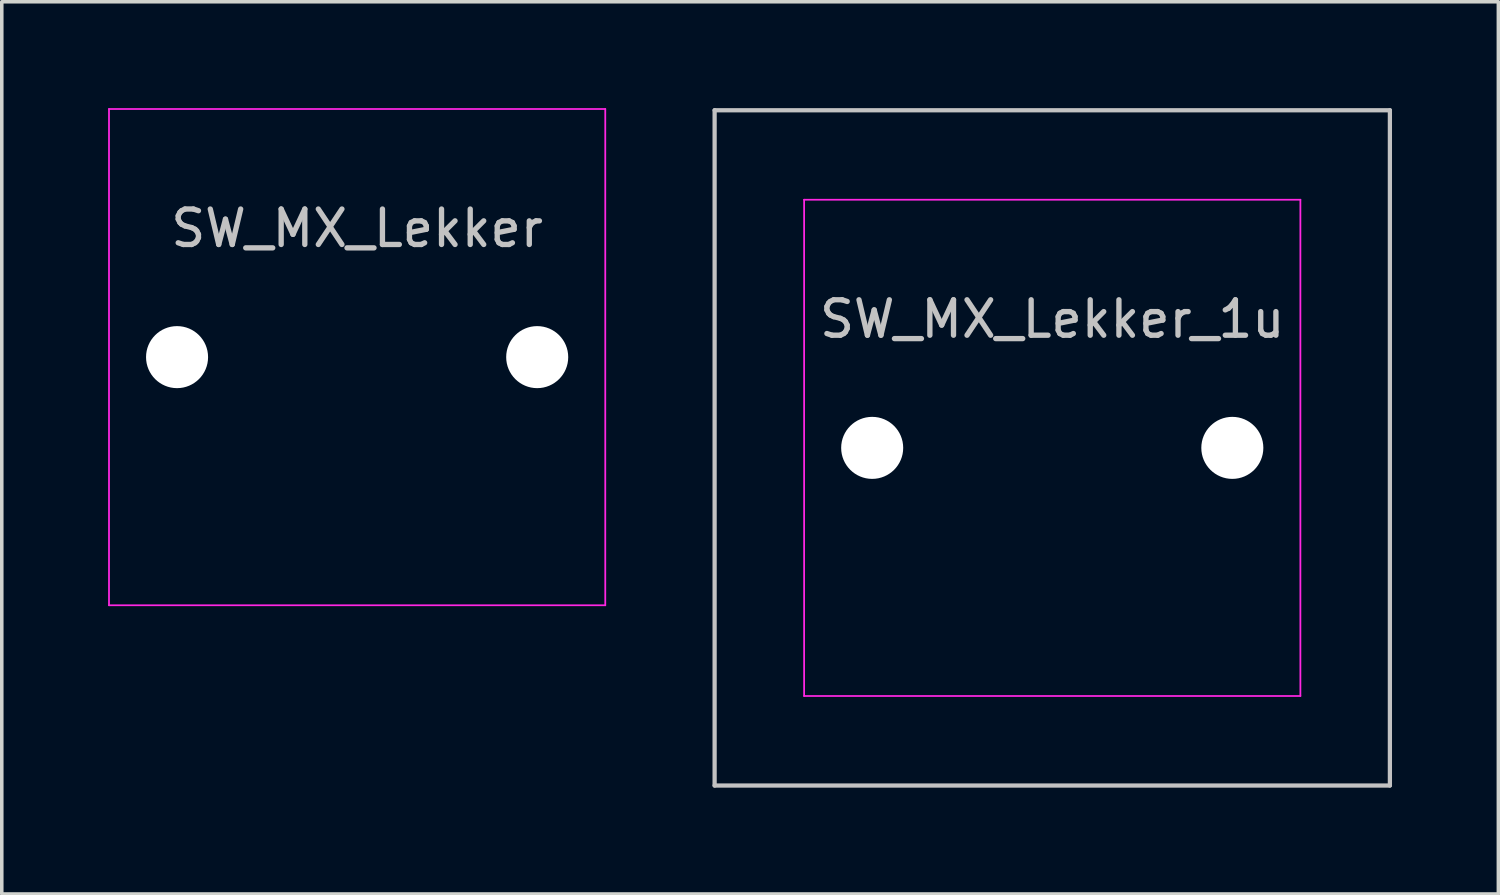
<source format=kicad_pcb>
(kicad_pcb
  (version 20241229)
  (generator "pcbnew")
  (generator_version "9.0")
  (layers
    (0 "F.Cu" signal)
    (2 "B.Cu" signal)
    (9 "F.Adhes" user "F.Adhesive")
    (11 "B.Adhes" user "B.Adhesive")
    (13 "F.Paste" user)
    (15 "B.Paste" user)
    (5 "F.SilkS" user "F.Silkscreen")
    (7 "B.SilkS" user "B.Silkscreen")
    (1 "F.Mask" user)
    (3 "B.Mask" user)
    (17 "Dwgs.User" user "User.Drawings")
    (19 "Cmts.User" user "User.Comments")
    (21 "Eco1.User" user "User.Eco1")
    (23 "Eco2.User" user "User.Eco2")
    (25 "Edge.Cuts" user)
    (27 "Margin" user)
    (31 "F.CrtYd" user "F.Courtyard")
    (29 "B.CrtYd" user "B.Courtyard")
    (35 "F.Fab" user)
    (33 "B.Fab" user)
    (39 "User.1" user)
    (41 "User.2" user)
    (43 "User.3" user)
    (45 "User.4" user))
  (footprint "SW_MX_Lekker_1u"
    (layer "F.Cu")
    (at 26.635 9.585)
    (property "Reference" "SW_MX_Lekker_1u" (at 0 -3.048 0) (layer "Dwgs.User") (effects (font (size 1 1) (thickness 0.15)) (justify bottom)))
    (attr smd exclude_from_pos_files exclude_from_bom)
    (fp_line (start -9.525 -9.525) (end -9.525 9.525) (stroke (width 0.12) (type solid)) (layer "Dwgs.User"))
    (fp_line (start -9.525 9.525) (end 9.525 9.525) (stroke (width 0.12) (type solid)) (layer "Dwgs.User"))
    (fp_line (start 9.525 -9.525) (end -9.525 -9.525) (stroke (width 0.12) (type solid)) (layer "Dwgs.User"))
    (fp_line (start 9.525 9.525) (end 9.525 -9.525) (stroke (width 0.12) (type solid)) (layer "Dwgs.User"))
    (fp_line (start -7 6.5) (end -7 -6.5) (stroke (width 0.05) (type solid)) (layer "Eco2.User"))
    (fp_line (start -6.5 -7) (end 6.5 -7) (stroke (width 0.05) (type solid)) (layer "Eco2.User"))
    (fp_line (start 6.5 7) (end -6.5 7) (stroke (width 0.05) (type solid)) (layer "Eco2.User"))
    (fp_line (start 7 -6.5) (end 7 6.5) (stroke (width 0.05) (type solid)) (layer "Eco2.User"))
    (fp_arc (start -7 -6.5) (mid -6.853553 -6.853553) (end -6.5 -7) (stroke (width 0.05) (type solid)) (layer "Eco2.User"))
    (fp_arc (start -6.5 7) (mid -6.853553 6.853553) (end -7 6.5) (stroke (width 0.05) (type solid)) (layer "Eco2.User"))
    (fp_arc (start 6.5 -7) (mid 6.853553 -6.853553) (end 7 -6.5) (stroke (width 0.05) (type solid)) (layer "Eco2.User"))
    (fp_arc (start 6.997236 6.498884) (mid 6.850789 6.852437) (end 6.497236 6.998884) (stroke (width 0.05) (type solid)) (layer "Eco2.User"))
    (fp_line (start -7 -7) (end -7 7) (stroke (width 0.05) (type solid)) (layer "F.CrtYd"))
    (fp_line (start -7 7) (end 7 7) (stroke (width 0.05) (type solid)) (layer "F.CrtYd"))
    (fp_line (start 7 -7) (end -7 -7) (stroke (width 0.05) (type solid)) (layer "F.CrtYd"))
    (fp_line (start 7 7) (end 7 -7) (stroke (width 0.05) (type solid)) (layer "F.CrtYd"))
    (pad "" np_thru_hole circle (at -5.08 0) (size 1.75 1.75) (drill 1.75) (layers "*.Cu" "*.Mask"))
    (pad "" np_thru_hole circle (at 5.08 0) (size 1.75 1.75) (drill 1.75) (layers "*.Cu" "*.Mask"))
    (zone (net_name "") (layer "F.Cu") (hatch edge 0.5) (connect_pads) (min_thickness 0.25) (filled_areas_thickness no) (keepout (tracks not_allowed) (vias not_allowed) (pads not_allowed) (copperpour not_allowed) (footprints allowed)) (placement (enabled no)) (fill) (polygon (pts (xy 24.095 8.315) (xy 25.365 7.045) (xy 27.905 7.045) (xy 29.175 8.315) (xy 29.175 10.855) (xy 27.905 12.125) (xy 25.365 12.125) (xy 24.095 10.855)))))
  (footprint "SW_MX_Lekker"
    (layer "F.Cu")
    (at 7.025 7.025)
    (property "Reference" "SW_MX_Lekker" (at 0 -3.048 0) (layer "Dwgs.User") (effects (font (size 1 1) (thickness 0.15)) (justify bottom)))
    (attr smd exclude_from_pos_files exclude_from_bom)
    (fp_line (start -7 6.5) (end -7 -6.5) (stroke (width 0.05) (type solid)) (layer "Eco2.User"))
    (fp_line (start -6.5 -7) (end 6.5 -7) (stroke (width 0.05) (type solid)) (layer "Eco2.User"))
    (fp_line (start 6.5 7) (end -6.5 7) (stroke (width 0.05) (type solid)) (layer "Eco2.User"))
    (fp_line (start 7 -6.5) (end 7 6.5) (stroke (width 0.05) (type solid)) (layer "Eco2.User"))
    (fp_arc (start -7 -6.5) (mid -6.853553 -6.853553) (end -6.5 -7) (stroke (width 0.05) (type solid)) (layer "Eco2.User"))
    (fp_arc (start -6.5 7) (mid -6.853553 6.853553) (end -7 6.5) (stroke (width 0.05) (type solid)) (layer "Eco2.User"))
    (fp_arc (start 6.5 -7) (mid 6.853553 -6.853553) (end 7 -6.5) (stroke (width 0.05) (type solid)) (layer "Eco2.User"))
    (fp_arc (start 6.997236 6.498884) (mid 6.850789 6.852437) (end 6.497236 6.998884) (stroke (width 0.05) (type solid)) (layer "Eco2.User"))
    (fp_line (start -7 -7) (end -7 7) (stroke (width 0.05) (type solid)) (layer "F.CrtYd"))
    (fp_line (start -7 7) (end 7 7) (stroke (width 0.05) (type solid)) (layer "F.CrtYd"))
    (fp_line (start 7 -7) (end -7 -7) (stroke (width 0.05) (type solid)) (layer "F.CrtYd"))
    (fp_line (start 7 7) (end 7 -7) (stroke (width 0.05) (type solid)) (layer "F.CrtYd"))
    (pad "" np_thru_hole circle (at -5.08 0) (size 1.75 1.75) (drill 1.75) (layers "*.Cu" "*.Mask"))
    (pad "" np_thru_hole circle (at 5.08 0) (size 1.75 1.75) (drill 1.75) (layers "*.Cu" "*.Mask"))
    (zone (net_name "") (layer "F.Cu") (hatch edge 0.5) (connect_pads) (min_thickness 0.25) (filled_areas_thickness no) (keepout (tracks not_allowed) (vias not_allowed) (pads not_allowed) (copperpour not_allowed) (footprints allowed)) (placement (enabled no)) (fill) (polygon (pts (xy 4.485 5.755) (xy 5.755 4.485) (xy 8.295 4.485) (xy 9.565 5.755) (xy 9.565 8.295) (xy 8.295 9.565) (xy 5.755 9.565) (xy 4.485 8.295)))))
  (gr_rect
    (start -3 -3)
    (end 39.22 22.17)
    (stroke (width 0.1) (type default))
    (fill no)
    (layer "Edge.Cuts")))
</source>
